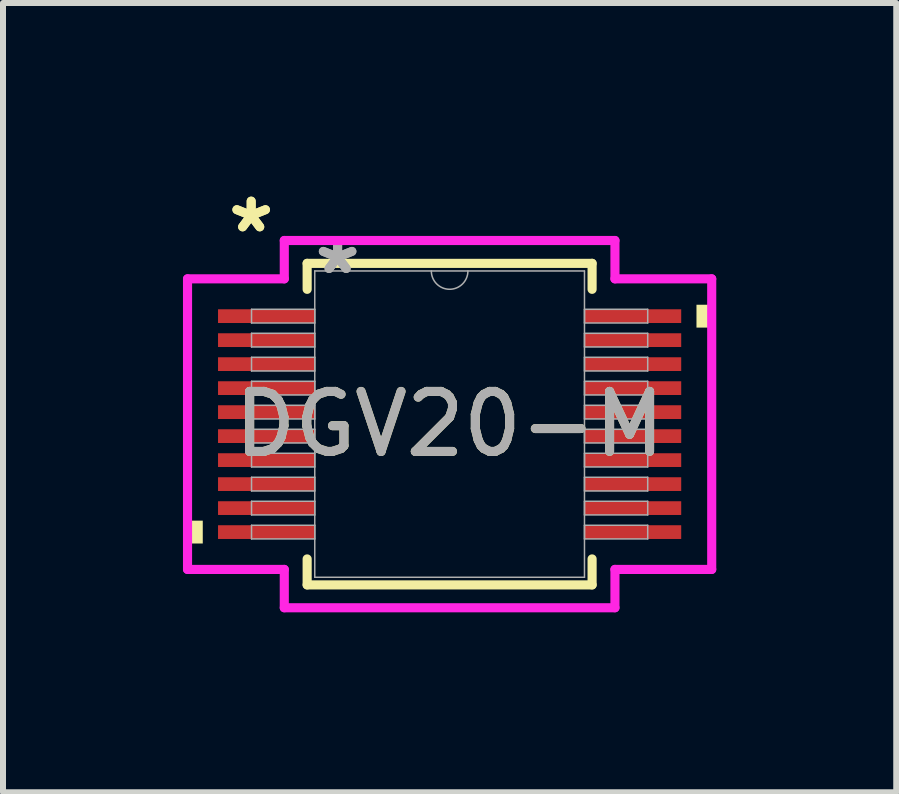
<source format=kicad_pcb>
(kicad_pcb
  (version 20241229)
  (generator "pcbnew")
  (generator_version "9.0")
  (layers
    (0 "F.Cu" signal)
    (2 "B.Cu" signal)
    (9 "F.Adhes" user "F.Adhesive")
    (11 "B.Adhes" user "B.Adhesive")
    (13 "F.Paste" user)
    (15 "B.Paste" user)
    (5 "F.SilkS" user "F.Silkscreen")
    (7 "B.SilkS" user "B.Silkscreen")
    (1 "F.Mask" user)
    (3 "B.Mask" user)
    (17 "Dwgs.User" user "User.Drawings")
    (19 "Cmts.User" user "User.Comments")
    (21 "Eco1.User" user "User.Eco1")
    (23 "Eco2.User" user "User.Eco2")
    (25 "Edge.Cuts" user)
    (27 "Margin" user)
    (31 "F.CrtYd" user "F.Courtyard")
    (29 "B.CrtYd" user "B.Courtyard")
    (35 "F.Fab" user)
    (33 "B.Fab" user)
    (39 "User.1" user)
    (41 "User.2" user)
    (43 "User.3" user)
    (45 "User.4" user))
  (footprint "DGV20-M"
    (layer "F.Cu")
    (at 4.445 4.02)
    (property "Reference" "DGV20-M" (at 0 0 0) (unlocked yes) (layer "F.SilkS") (effects (font (size 1 1) (thickness 0.15))))
    (attr smd)
    (fp_line (start -2.375 -2.68) (end -2.375 -2.247) (stroke (width 0.152) (type solid)) (layer "F.SilkS"))
    (fp_line (start -2.375 2.247) (end -2.375 2.68) (stroke (width 0.152) (type solid)) (layer "F.SilkS"))
    (fp_line (start -2.375 2.68) (end 2.375 2.68) (stroke (width 0.152) (type solid)) (layer "F.SilkS"))
    (fp_line (start 2.375 -2.68) (end -2.375 -2.68) (stroke (width 0.152) (type solid)) (layer "F.SilkS"))
    (fp_line (start 2.375 -2.247) (end 2.375 -2.68) (stroke (width 0.152) (type solid)) (layer "F.SilkS"))
    (fp_line (start 2.375 2.68) (end 2.375 2.247) (stroke (width 0.152) (type solid)) (layer "F.SilkS"))
    (fp_poly (pts (xy -4.369 1.609) (xy -4.369 1.99) (xy -4.115 1.99) (xy -4.115 1.609)) (stroke (width 0) (type solid)) (fill yes) (layer "F.SilkS"))
    (fp_poly (pts (xy 4.369 -1.99) (xy 4.369 -1.609) (xy 4.115 -1.609) (xy 4.115 -1.99)) (stroke (width 0) (type solid)) (fill yes) (layer "F.SilkS"))
    (fp_line (start -4.369 -2.422) (end -2.756 -2.422) (stroke (width 0.152) (type solid)) (layer "F.CrtYd"))
    (fp_line (start -4.369 2.422) (end -4.369 -2.422) (stroke (width 0.152) (type solid)) (layer "F.CrtYd"))
    (fp_line (start -4.369 2.422) (end -2.756 2.422) (stroke (width 0.152) (type solid)) (layer "F.CrtYd"))
    (fp_line (start -2.756 -3.061) (end 2.756 -3.061) (stroke (width 0.152) (type solid)) (layer "F.CrtYd"))
    (fp_line (start -2.756 -2.422) (end -2.756 -3.061) (stroke (width 0.152) (type solid)) (layer "F.CrtYd"))
    (fp_line (start -2.756 3.061) (end -2.756 2.422) (stroke (width 0.152) (type solid)) (layer "F.CrtYd"))
    (fp_line (start 2.756 -3.061) (end 2.756 -2.422) (stroke (width 0.152) (type solid)) (layer "F.CrtYd"))
    (fp_line (start 2.756 2.422) (end 2.756 3.061) (stroke (width 0.152) (type solid)) (layer "F.CrtYd"))
    (fp_line (start 2.756 3.061) (end -2.756 3.061) (stroke (width 0.152) (type solid)) (layer "F.CrtYd"))
    (fp_line (start 4.369 -2.422) (end 2.756 -2.422) (stroke (width 0.152) (type solid)) (layer "F.CrtYd"))
    (fp_line (start 4.369 -2.422) (end 4.369 2.422) (stroke (width 0.152) (type solid)) (layer "F.CrtYd"))
    (fp_line (start 4.369 2.422) (end 2.756 2.422) (stroke (width 0.152) (type solid)) (layer "F.CrtYd"))
    (fp_line (start -3.302 -1.914) (end -3.302 -1.686) (stroke (width 0.025) (type solid)) (layer "F.Fab"))
    (fp_line (start -3.302 -1.686) (end -2.248 -1.686) (stroke (width 0.025) (type solid)) (layer "F.Fab"))
    (fp_line (start -3.302 -1.514) (end -3.302 -1.286) (stroke (width 0.025) (type solid)) (layer "F.Fab"))
    (fp_line (start -3.302 -1.286) (end -2.248 -1.286) (stroke (width 0.025) (type solid)) (layer "F.Fab"))
    (fp_line (start -3.302 -1.114) (end -3.302 -0.886) (stroke (width 0.025) (type solid)) (layer "F.Fab"))
    (fp_line (start -3.302 -0.886) (end -2.248 -0.886) (stroke (width 0.025) (type solid)) (layer "F.Fab"))
    (fp_line (start -3.302 -0.714) (end -3.302 -0.486) (stroke (width 0.025) (type solid)) (layer "F.Fab"))
    (fp_line (start -3.302 -0.486) (end -2.248 -0.486) (stroke (width 0.025) (type solid)) (layer "F.Fab"))
    (fp_line (start -3.302 -0.314) (end -3.302 -0.086) (stroke (width 0.025) (type solid)) (layer "F.Fab"))
    (fp_line (start -3.302 -0.086) (end -2.248 -0.086) (stroke (width 0.025) (type solid)) (layer "F.Fab"))
    (fp_line (start -3.302 0.086) (end -3.302 0.314) (stroke (width 0.025) (type solid)) (layer "F.Fab"))
    (fp_line (start -3.302 0.314) (end -2.248 0.314) (stroke (width 0.025) (type solid)) (layer "F.Fab"))
    (fp_line (start -3.302 0.486) (end -3.302 0.714) (stroke (width 0.025) (type solid)) (layer "F.Fab"))
    (fp_line (start -3.302 0.714) (end -2.248 0.714) (stroke (width 0.025) (type solid)) (layer "F.Fab"))
    (fp_line (start -3.302 0.886) (end -3.302 1.114) (stroke (width 0.025) (type solid)) (layer "F.Fab"))
    (fp_line (start -3.302 1.114) (end -2.248 1.114) (stroke (width 0.025) (type solid)) (layer "F.Fab"))
    (fp_line (start -3.302 1.286) (end -3.302 1.514) (stroke (width 0.025) (type solid)) (layer "F.Fab"))
    (fp_line (start -3.302 1.514) (end -2.248 1.514) (stroke (width 0.025) (type solid)) (layer "F.Fab"))
    (fp_line (start -3.302 1.686) (end -3.302 1.914) (stroke (width 0.025) (type solid)) (layer "F.Fab"))
    (fp_line (start -3.302 1.914) (end -2.248 1.914) (stroke (width 0.025) (type solid)) (layer "F.Fab"))
    (fp_line (start -2.248 -2.553) (end -2.248 2.553) (stroke (width 0.025) (type solid)) (layer "F.Fab"))
    (fp_line (start -2.248 -1.914) (end -3.302 -1.914) (stroke (width 0.025) (type solid)) (layer "F.Fab"))
    (fp_line (start -2.248 -1.686) (end -2.248 -1.914) (stroke (width 0.025) (type solid)) (layer "F.Fab"))
    (fp_line (start -2.248 -1.514) (end -3.302 -1.514) (stroke (width 0.025) (type solid)) (layer "F.Fab"))
    (fp_line (start -2.248 -1.286) (end -2.248 -1.514) (stroke (width 0.025) (type solid)) (layer "F.Fab"))
    (fp_line (start -2.248 -1.114) (end -3.302 -1.114) (stroke (width 0.025) (type solid)) (layer "F.Fab"))
    (fp_line (start -2.248 -0.886) (end -2.248 -1.114) (stroke (width 0.025) (type solid)) (layer "F.Fab"))
    (fp_line (start -2.248 -0.714) (end -3.302 -0.714) (stroke (width 0.025) (type solid)) (layer "F.Fab"))
    (fp_line (start -2.248 -0.486) (end -2.248 -0.714) (stroke (width 0.025) (type solid)) (layer "F.Fab"))
    (fp_line (start -2.248 -0.314) (end -3.302 -0.314) (stroke (width 0.025) (type solid)) (layer "F.Fab"))
    (fp_line (start -2.248 -0.086) (end -2.248 -0.314) (stroke (width 0.025) (type solid)) (layer "F.Fab"))
    (fp_line (start -2.248 0.086) (end -3.302 0.086) (stroke (width 0.025) (type solid)) (layer "F.Fab"))
    (fp_line (start -2.248 0.314) (end -2.248 0.086) (stroke (width 0.025) (type solid)) (layer "F.Fab"))
    (fp_line (start -2.248 0.486) (end -3.302 0.486) (stroke (width 0.025) (type solid)) (layer "F.Fab"))
    (fp_line (start -2.248 0.714) (end -2.248 0.486) (stroke (width 0.025) (type solid)) (layer "F.Fab"))
    (fp_line (start -2.248 0.886) (end -3.302 0.886) (stroke (width 0.025) (type solid)) (layer "F.Fab"))
    (fp_line (start -2.248 1.114) (end -2.248 0.886) (stroke (width 0.025) (type solid)) (layer "F.Fab"))
    (fp_line (start -2.248 1.286) (end -3.302 1.286) (stroke (width 0.025) (type solid)) (layer "F.Fab"))
    (fp_line (start -2.248 1.514) (end -2.248 1.286) (stroke (width 0.025) (type solid)) (layer "F.Fab"))
    (fp_line (start -2.248 1.686) (end -3.302 1.686) (stroke (width 0.025) (type solid)) (layer "F.Fab"))
    (fp_line (start -2.248 1.914) (end -2.248 1.686) (stroke (width 0.025) (type solid)) (layer "F.Fab"))
    (fp_line (start -2.248 2.553) (end 2.248 2.553) (stroke (width 0.025) (type solid)) (layer "F.Fab"))
    (fp_line (start 2.248 -2.553) (end -2.248 -2.553) (stroke (width 0.025) (type solid)) (layer "F.Fab"))
    (fp_line (start 2.248 -1.914) (end 2.248 -1.686) (stroke (width 0.025) (type solid)) (layer "F.Fab"))
    (fp_line (start 2.248 -1.686) (end 3.302 -1.686) (stroke (width 0.025) (type solid)) (layer "F.Fab"))
    (fp_line (start 2.248 -1.514) (end 2.248 -1.286) (stroke (width 0.025) (type solid)) (layer "F.Fab"))
    (fp_line (start 2.248 -1.286) (end 3.302 -1.286) (stroke (width 0.025) (type solid)) (layer "F.Fab"))
    (fp_line (start 2.248 -1.114) (end 2.248 -0.886) (stroke (width 0.025) (type solid)) (layer "F.Fab"))
    (fp_line (start 2.248 -0.886) (end 3.302 -0.886) (stroke (width 0.025) (type solid)) (layer "F.Fab"))
    (fp_line (start 2.248 -0.714) (end 2.248 -0.486) (stroke (width 0.025) (type solid)) (layer "F.Fab"))
    (fp_line (start 2.248 -0.486) (end 3.302 -0.486) (stroke (width 0.025) (type solid)) (layer "F.Fab"))
    (fp_line (start 2.248 -0.314) (end 2.248 -0.086) (stroke (width 0.025) (type solid)) (layer "F.Fab"))
    (fp_line (start 2.248 -0.086) (end 3.302 -0.086) (stroke (width 0.025) (type solid)) (layer "F.Fab"))
    (fp_line (start 2.248 0.086) (end 2.248 0.314) (stroke (width 0.025) (type solid)) (layer "F.Fab"))
    (fp_line (start 2.248 0.314) (end 3.302 0.314) (stroke (width 0.025) (type solid)) (layer "F.Fab"))
    (fp_line (start 2.248 0.486) (end 2.248 0.714) (stroke (width 0.025) (type solid)) (layer "F.Fab"))
    (fp_line (start 2.248 0.714) (end 3.302 0.714) (stroke (width 0.025) (type solid)) (layer "F.Fab"))
    (fp_line (start 2.248 0.886) (end 2.248 1.114) (stroke (width 0.025) (type solid)) (layer "F.Fab"))
    (fp_line (start 2.248 1.114) (end 3.302 1.114) (stroke (width 0.025) (type solid)) (layer "F.Fab"))
    (fp_line (start 2.248 1.286) (end 2.248 1.514) (stroke (width 0.025) (type solid)) (layer "F.Fab"))
    (fp_line (start 2.248 1.514) (end 3.302 1.514) (stroke (width 0.025) (type solid)) (layer "F.Fab"))
    (fp_line (start 2.248 1.686) (end 2.248 1.914) (stroke (width 0.025) (type solid)) (layer "F.Fab"))
    (fp_line (start 2.248 1.914) (end 3.302 1.914) (stroke (width 0.025) (type solid)) (layer "F.Fab"))
    (fp_line (start 2.248 2.553) (end 2.248 -2.553) (stroke (width 0.025) (type solid)) (layer "F.Fab"))
    (fp_line (start 3.302 -1.914) (end 2.248 -1.914) (stroke (width 0.025) (type solid)) (layer "F.Fab"))
    (fp_line (start 3.302 -1.686) (end 3.302 -1.914) (stroke (width 0.025) (type solid)) (layer "F.Fab"))
    (fp_line (start 3.302 -1.514) (end 2.248 -1.514) (stroke (width 0.025) (type solid)) (layer "F.Fab"))
    (fp_line (start 3.302 -1.286) (end 3.302 -1.514) (stroke (width 0.025) (type solid)) (layer "F.Fab"))
    (fp_line (start 3.302 -1.114) (end 2.248 -1.114) (stroke (width 0.025) (type solid)) (layer "F.Fab"))
    (fp_line (start 3.302 -0.886) (end 3.302 -1.114) (stroke (width 0.025) (type solid)) (layer "F.Fab"))
    (fp_line (start 3.302 -0.714) (end 2.248 -0.714) (stroke (width 0.025) (type solid)) (layer "F.Fab"))
    (fp_line (start 3.302 -0.486) (end 3.302 -0.714) (stroke (width 0.025) (type solid)) (layer "F.Fab"))
    (fp_line (start 3.302 -0.314) (end 2.248 -0.314) (stroke (width 0.025) (type solid)) (layer "F.Fab"))
    (fp_line (start 3.302 -0.086) (end 3.302 -0.314) (stroke (width 0.025) (type solid)) (layer "F.Fab"))
    (fp_line (start 3.302 0.086) (end 2.248 0.086) (stroke (width 0.025) (type solid)) (layer "F.Fab"))
    (fp_line (start 3.302 0.314) (end 3.302 0.086) (stroke (width 0.025) (type solid)) (layer "F.Fab"))
    (fp_line (start 3.302 0.486) (end 2.248 0.486) (stroke (width 0.025) (type solid)) (layer "F.Fab"))
    (fp_line (start 3.302 0.714) (end 3.302 0.486) (stroke (width 0.025) (type solid)) (layer "F.Fab"))
    (fp_line (start 3.302 0.886) (end 2.248 0.886) (stroke (width 0.025) (type solid)) (layer "F.Fab"))
    (fp_line (start 3.302 1.114) (end 3.302 0.886) (stroke (width 0.025) (type solid)) (layer "F.Fab"))
    (fp_line (start 3.302 1.286) (end 2.248 1.286) (stroke (width 0.025) (type solid)) (layer "F.Fab"))
    (fp_line (start 3.302 1.514) (end 3.302 1.286) (stroke (width 0.025) (type solid)) (layer "F.Fab"))
    (fp_line (start 3.302 1.686) (end 2.248 1.686) (stroke (width 0.025) (type solid)) (layer "F.Fab"))
    (fp_line (start 3.302 1.914) (end 3.302 1.686) (stroke (width 0.025) (type solid)) (layer "F.Fab"))
    (fp_arc (start 0.3048 -2.5527) (mid 0 -2.2479) (end -0.3048 -2.5527) (stroke (width 0.0254) (type solid)) (layer "F.Fab"))
    (fp_text user "*" (at -3.308 -3.172 0) (layer "F.SilkS") (effects (font (size 1 1) (thickness 0.15))))
    (fp_text user "*" (at -3.308 -3.172 0) (unlocked yes) (layer "F.SilkS") (effects (font (size 1 1) (thickness 0.15))))
    (fp_text user "${REFERENCE}" (at 0 0 0) (unlocked yes) (layer "F.Fab") (effects (font (size 1 1) (thickness 0.15))))
    (fp_text user "*" (at -1.867 -2.477 0) (unlocked yes) (layer "F.Fab") (effects (font (size 1 1) (thickness 0.15))))
    (fp_text user "*" (at -1.867 -2.477 0) (layer "F.Fab") (effects (font (size 1 1) (thickness 0.15))))
    (pad "1" smd rect (at -3.054 -1.8) (size 1.613 0.229) (layers "F.Cu" "F.Mask" "F.Paste"))
    (pad "2" smd rect (at -3.054 -1.4) (size 1.613 0.229) (layers "F.Cu" "F.Mask" "F.Paste"))
    (pad "3" smd rect (at -3.054 -1) (size 1.613 0.229) (layers "F.Cu" "F.Mask" "F.Paste"))
    (pad "4" smd rect (at -3.054 -0.6) (size 1.613 0.229) (layers "F.Cu" "F.Mask" "F.Paste"))
    (pad "5" smd rect (at -3.054 -0.2) (size 1.613 0.229) (layers "F.Cu" "F.Mask" "F.Paste"))
    (pad "6" smd rect (at -3.054 0.2) (size 1.613 0.229) (layers "F.Cu" "F.Mask" "F.Paste"))
    (pad "7" smd rect (at -3.054 0.6) (size 1.613 0.229) (layers "F.Cu" "F.Mask" "F.Paste"))
    (pad "8" smd rect (at -3.054 1) (size 1.613 0.229) (layers "F.Cu" "F.Mask" "F.Paste"))
    (pad "9" smd rect (at -3.054 1.4) (size 1.613 0.229) (layers "F.Cu" "F.Mask" "F.Paste"))
    (pad "10" smd rect (at -3.054 1.8) (size 1.613 0.229) (layers "F.Cu" "F.Mask" "F.Paste"))
    (pad "11" smd rect (at 3.054 1.8) (size 1.613 0.229) (layers "F.Cu" "F.Mask" "F.Paste"))
    (pad "12" smd rect (at 3.054 1.4) (size 1.613 0.229) (layers "F.Cu" "F.Mask" "F.Paste"))
    (pad "13" smd rect (at 3.054 1) (size 1.613 0.229) (layers "F.Cu" "F.Mask" "F.Paste"))
    (pad "14" smd rect (at 3.054 0.6) (size 1.613 0.229) (layers "F.Cu" "F.Mask" "F.Paste"))
    (pad "15" smd rect (at 3.054 0.2) (size 1.613 0.229) (layers "F.Cu" "F.Mask" "F.Paste"))
    (pad "16" smd rect (at 3.054 -0.2) (size 1.613 0.229) (layers "F.Cu" "F.Mask" "F.Paste"))
    (pad "17" smd rect (at 3.054 -0.6) (size 1.613 0.229) (layers "F.Cu" "F.Mask" "F.Paste"))
    (pad "18" smd rect (at 3.054 -1) (size 1.613 0.229) (layers "F.Cu" "F.Mask" "F.Paste"))
    (pad "19" smd rect (at 3.054 -1.4) (size 1.613 0.229) (layers "F.Cu" "F.Mask" "F.Paste"))
    (pad "20" smd rect (at 3.054 -1.8) (size 1.613 0.229) (layers "F.Cu" "F.Mask" "F.Paste")))
  (gr_rect
    (start -3 -3)
    (end 11.89 10.157)
    (stroke (width 0.1) (type default))
    (fill no)
    (layer "Edge.Cuts")))
</source>
